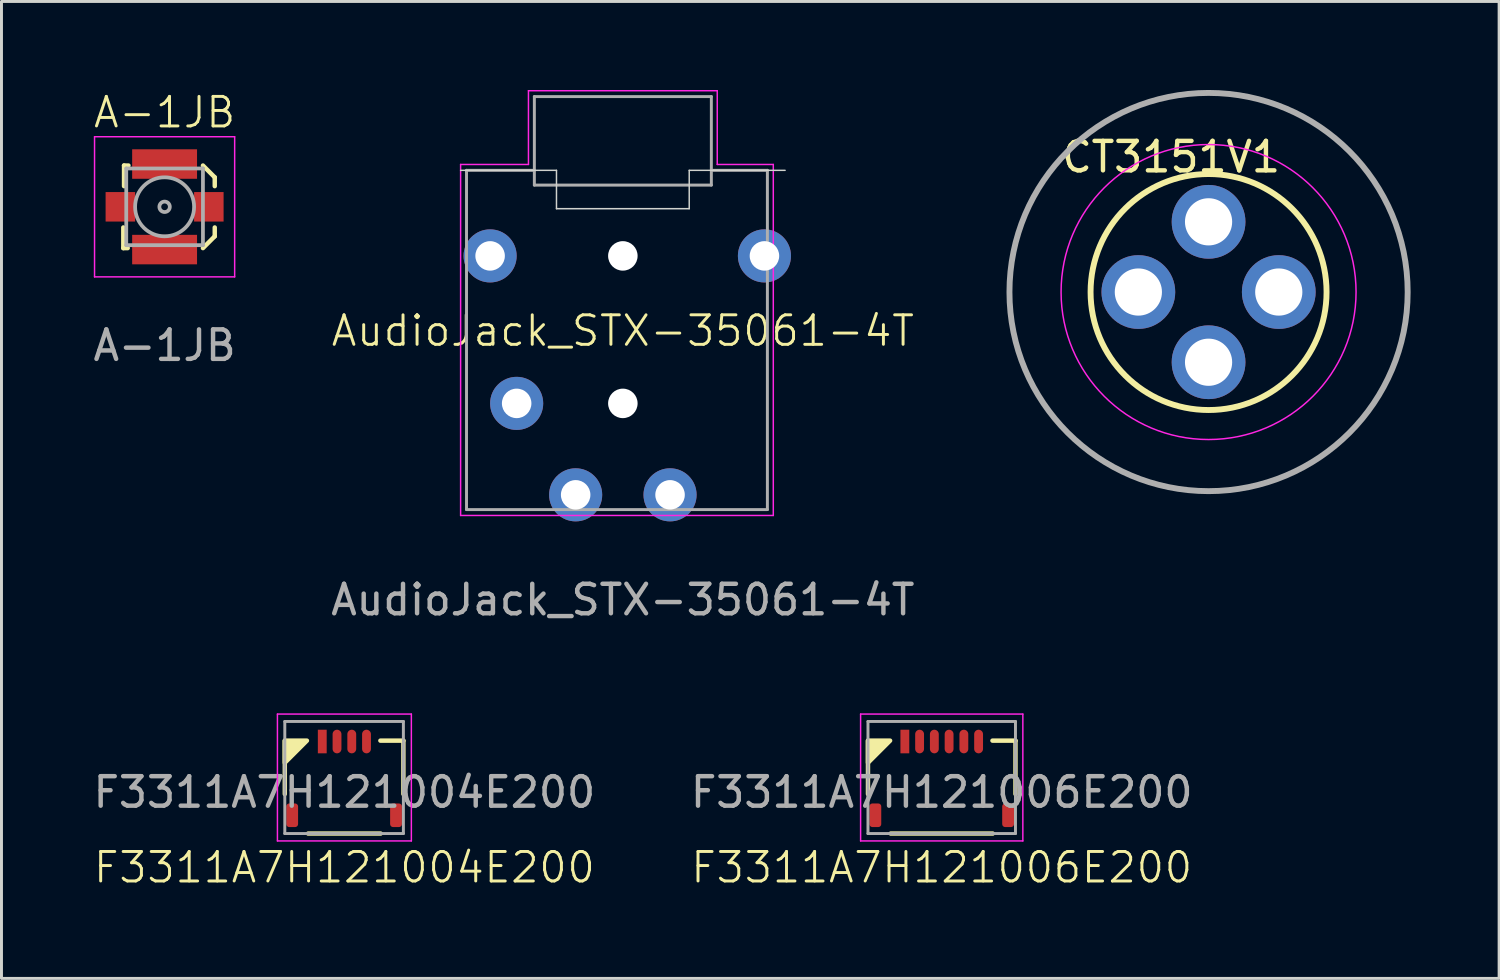
<source format=kicad_pcb>
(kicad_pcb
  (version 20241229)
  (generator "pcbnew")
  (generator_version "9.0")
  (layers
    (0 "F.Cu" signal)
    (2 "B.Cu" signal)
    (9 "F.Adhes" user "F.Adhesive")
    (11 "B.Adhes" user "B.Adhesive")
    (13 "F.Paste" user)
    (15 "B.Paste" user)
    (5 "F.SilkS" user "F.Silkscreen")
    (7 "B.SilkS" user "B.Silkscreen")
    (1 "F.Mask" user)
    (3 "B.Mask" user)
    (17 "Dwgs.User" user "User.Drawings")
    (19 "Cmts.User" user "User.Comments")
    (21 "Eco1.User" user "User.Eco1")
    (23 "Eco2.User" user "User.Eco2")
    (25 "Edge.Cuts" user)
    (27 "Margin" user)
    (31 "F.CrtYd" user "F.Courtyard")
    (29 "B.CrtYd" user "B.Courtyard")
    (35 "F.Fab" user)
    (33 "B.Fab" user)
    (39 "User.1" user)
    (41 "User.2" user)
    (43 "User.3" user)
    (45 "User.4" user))
  (footprint "F3311A7H121006E200"
    (layer "F.Cu")
    (at 28.875 23.808)
    (property "Reference" "F3311A7H121006E200" (at 0 2.55 0) (layer "F.SilkS") (effects (font (size 1 1) (thickness 0.1))))
    (attr smd)
    (fp_line (start -2.5 0.06) (end -2.5 -1.75) (stroke (width 0.15) (type solid)) (layer "F.SilkS"))
    (fp_line (start -1.73 1.4) (end 1.73 1.4) (stroke (width 0.15) (type solid)) (layer "F.SilkS"))
    (fp_line (start 1.72 -1.75) (end 2.5 -1.75) (stroke (width 0.15) (type solid)) (layer "F.SilkS"))
    (fp_line (start 2.5 0.06) (end 2.5 -1.75) (stroke (width 0.15) (type solid)) (layer "F.SilkS"))
    (fp_poly (pts (xy -1.75 -1.75) (xy -2.5 -1.75) (xy -2.5 -1)) (stroke (width 0.15) (type solid)) (fill yes) (layer "F.SilkS"))
    (fp_line (start -2.75 -2.65) (end -2.75 1.65) (stroke (width 0.05) (type solid)) (layer "F.CrtYd"))
    (fp_line (start -2.75 1.65) (end 2.75 1.65) (stroke (width 0.05) (type solid)) (layer "F.CrtYd"))
    (fp_line (start 2.75 -2.65) (end -2.75 -2.65) (stroke (width 0.05) (type solid)) (layer "F.CrtYd"))
    (fp_line (start 2.75 1.65) (end 2.75 -2.65) (stroke (width 0.05) (type solid)) (layer "F.CrtYd"))
    (fp_line (start -2.5 -2.4) (end -2.5 1.4) (stroke (width 0.1) (type solid)) (layer "F.Fab"))
    (fp_line (start -2.5 -2.4) (end 2.5 -2.4) (stroke (width 0.1) (type solid)) (layer "F.Fab"))
    (fp_line (start -2.5 1.4) (end 2.5 1.4) (stroke (width 0.1) (type solid)) (layer "F.Fab"))
    (fp_line (start 2.5 1.4) (end 2.5 -2.4) (stroke (width 0.1) (type solid)) (layer "F.Fab"))
    (fp_text user "${REFERENCE}" (at 0 0 0) (layer "F.Fab") (effects (font (size 1 1) (thickness 0.15))))
    (pad "1" smd rect (at -1.25 -1.72) (size 0.3 0.8) (layers "F.Cu" "F.Mask" "F.Paste"))
    (pad "2" smd oval (at -0.75 -1.72) (size 0.3 0.8) (layers "F.Cu" "F.Mask" "F.Paste"))
    (pad "3" smd oval (at -0.25 -1.72) (size 0.3 0.8) (layers "F.Cu" "F.Mask" "F.Paste"))
    (pad "4" smd oval (at 0.25 -1.72) (size 0.3 0.8) (layers "F.Cu" "F.Mask" "F.Paste"))
    (pad "5" smd oval (at 0.75 -1.72) (size 0.3 0.8) (layers "F.Cu" "F.Mask" "F.Paste"))
    (pad "6" smd oval (at 1.25 -1.72) (size 0.3 0.8) (layers "F.Cu" "F.Mask" "F.Paste"))
    (pad "S" smd roundrect (at -2.25 0.78) (size 0.4 0.8) (layers "F.Cu" "F.Mask" "F.Paste") (roundrect_rratio 0.25))
    (pad "S" smd roundrect (at 2.25 0.78) (size 0.4 0.8) (layers "F.Cu" "F.Mask" "F.Paste") (roundrect_rratio 0.25)))
  (footprint "AudioJack_STX-35061-4T"
    (layer "F.Cu")
    (at 18.065 5.625)
    (property "Reference" "AudioJack_STX-35061-4T" (at 0 2.54 0) (unlocked yes) (layer "F.SilkS") (effects (font (size 1 1) (thickness 0.1))))
    (attr smd)
    (fp_line (start -2.25 -2.9) (end -5.5 -2.9) (stroke (width 0.05) (type default)) (layer "Edge.Cuts"))
    (fp_line (start -2.25 -2.9) (end -2.25 -1.6) (stroke (width 0.05) (type default)) (layer "Edge.Cuts"))
    (fp_line (start -2.25 -1.6) (end 2.25 -1.6) (stroke (width 0.05) (type default)) (layer "Edge.Cuts"))
    (fp_line (start 2.25 -2.9) (end 5.5 -2.9) (stroke (width 0.05) (type default)) (layer "Edge.Cuts"))
    (fp_line (start 2.25 -1.6) (end 2.25 -2.9) (stroke (width 0.05) (type default)) (layer "Edge.Cuts"))
    (fp_line (start -5.5 8.8) (end -5.5 -3.1) (stroke (width 0.05) (type default)) (layer "F.CrtYd"))
    (fp_line (start -5.5 8.8) (end 5.1 8.8) (stroke (width 0.05) (type default)) (layer "F.CrtYd"))
    (fp_line (start -3.2 -3.1) (end -5.5 -3.1) (stroke (width 0.05) (type default)) (layer "F.CrtYd"))
    (fp_line (start -3.2 -3.1) (end -3.2 -5.6) (stroke (width 0.05) (type default)) (layer "F.CrtYd"))
    (fp_line (start 3.2 -5.6) (end -3.2 -5.6) (stroke (width 0.05) (type default)) (layer "F.CrtYd"))
    (fp_line (start 3.2 -3.1) (end 3.2 -5.6) (stroke (width 0.05) (type default)) (layer "F.CrtYd"))
    (fp_line (start 3.2 -3.1) (end 5.1 -3.1) (stroke (width 0.05) (type default)) (layer "F.CrtYd"))
    (fp_line (start 5.1 8.8) (end 5.1 -3.1) (stroke (width 0.05) (type default)) (layer "F.CrtYd"))
    (fp_line (start -5.3 -2.9) (end -3 -2.9) (stroke (width 0.1) (type default)) (layer "F.Fab"))
    (fp_line (start -5.3 8.6) (end -5.3 -2.9) (stroke (width 0.1) (type default)) (layer "F.Fab"))
    (fp_line (start -3 -5.4) (end -3 -2.4) (stroke (width 0.1) (type default)) (layer "F.Fab"))
    (fp_line (start -3 -5.4) (end 3 -5.4) (stroke (width 0.1) (type default)) (layer "F.Fab"))
    (fp_line (start -3 -2.4) (end 3 -2.4) (stroke (width 0.1) (type default)) (layer "F.Fab"))
    (fp_line (start 3 -5.4) (end 3 -2.4) (stroke (width 0.1) (type default)) (layer "F.Fab"))
    (fp_line (start 3 -2.9) (end 4.9 -2.9) (stroke (width 0.1) (type default)) (layer "F.Fab"))
    (fp_line (start 4.9 8.6) (end -5.3 8.6) (stroke (width 0.1) (type default)) (layer "F.Fab"))
    (fp_line (start 4.9 8.6) (end 4.9 -2.9) (stroke (width 0.1) (type default)) (layer "F.Fab"))
    (fp_text user "${REFERENCE}" (at 0 11.66 0) (unlocked yes) (layer "F.Fab") (effects (font (size 1 1) (thickness 0.15))))
    (pad "" np_thru_hole circle (at 0 0) (size 1 1) (drill 1) (layers "*.Cu" "*.Mask"))
    (pad "" np_thru_hole circle (at 0 5) (size 1 1) (drill 1) (layers "*.Cu" "*.Mask"))
    (pad "1" thru_hole circle (at 4.8 0) (size 1.8 1.8) (drill 1) (layers "*.Cu" "*.Mask"))
    (pad "2" thru_hole circle (at -3.6 5) (size 1.8 1.8) (drill 1) (layers "*.Cu" "*.Mask"))
    (pad "3" thru_hole circle (at 1.6 8.1) (size 1.8 1.8) (drill 1) (layers "*.Cu" "*.Mask"))
    (pad "4" thru_hole circle (at -4.5 0) (size 1.8 1.8) (drill 1) (layers "*.Cu" "*.Mask"))
    (pad "7" thru_hole circle (at -1.6 8.1) (size 1.8 1.8) (drill 1) (layers "*.Cu" "*.Mask")))
  (footprint "A-1JB"
    (layer "F.Cu")
    (at 2.53 3.961)
    (property "Reference" "A-1JB" (at 0 -3.2 0) (unlocked yes) (layer "F.SilkS") (effects (font (size 1 1) (thickness 0.1))))
    (attr smd)
    (fp_line (start -1.4 1.4) (end -1.4 0.7) (stroke (width 0.15) (type default)) (layer "F.SilkS"))
    (fp_line (start -1.4 1.4) (end -1.25 1.4) (stroke (width 0.15) (type default)) (layer "F.SilkS"))
    (fp_line (start -1.375 -1.4) (end -1.375 -0.7) (stroke (width 0.15) (type default)) (layer "F.SilkS"))
    (fp_line (start -1.375 -1.4) (end -1.225 -1.4) (stroke (width 0.15) (type default)) (layer "F.SilkS"))
    (fp_line (start 1.3 -1.4) (end 1.7 -1) (stroke (width 0.15) (type default)) (layer "F.SilkS"))
    (fp_line (start 1.3 1.4) (end 1.7 1) (stroke (width 0.15) (type default)) (layer "F.SilkS"))
    (fp_line (start 1.7 -1) (end 1.7 -0.7) (stroke (width 0.15) (type default)) (layer "F.SilkS"))
    (fp_line (start 1.7 1) (end 1.7 0.7) (stroke (width 0.15) (type default)) (layer "F.SilkS"))
    (fp_line (start -2.375 -2.375) (end 2.375 -2.375) (stroke (width 0.05) (type solid)) (layer "F.CrtYd"))
    (fp_line (start -2.375 2.375) (end -2.375 -2.375) (stroke (width 0.05) (type solid)) (layer "F.CrtYd"))
    (fp_line (start 2.375 -2.375) (end 2.375 2.375) (stroke (width 0.05) (type solid)) (layer "F.CrtYd"))
    (fp_line (start 2.375 2.375) (end -2.375 2.375) (stroke (width 0.05) (type solid)) (layer "F.CrtYd"))
    (fp_line (start -1.3 -1.3) (end 1.3 -1.3) (stroke (width 0.127) (type solid)) (layer "F.Fab"))
    (fp_line (start -1.3 1.3) (end -1.3 -1.3) (stroke (width 0.127) (type solid)) (layer "F.Fab"))
    (fp_line (start 1.3 1.3) (end -1.3 1.3) (stroke (width 0.127) (type solid)) (layer "F.Fab"))
    (fp_line (start 1.3 1.3) (end 1.3 -1.3) (stroke (width 0.127) (type solid)) (layer "F.Fab"))
    (fp_circle (center 0 0) (end 0.177 0) (stroke (width 0.127) (type solid)) (fill no) (layer "F.Fab"))
    (fp_circle (center 0 0) (end 1 0) (stroke (width 0.127) (type solid)) (fill no) (layer "F.Fab"))
    (fp_text user "${REFERENCE}" (at 0 4.7 0) (unlocked yes) (layer "F.Fab") (effects (font (size 1 1) (thickness 0.15))))
    (pad "1" smd rect (at 1.5 0) (size 1 1) (layers "F.Cu" "F.Mask" "F.Paste"))
    (pad "S" smd rect (at -1.5 0) (size 1 1) (layers "F.Cu" "F.Mask" "F.Paste"))
    (pad "S" smd rect (at 0 -1.45) (size 2.2 1) (layers "F.Cu" "F.Mask" "F.Paste"))
    (pad "S" smd rect (at 0 1.45) (size 2.2 1) (layers "F.Cu" "F.Mask" "F.Paste")))
  (footprint "CT3151V1"
    (layer "F.Cu")
    (at 37.921 6.85)
    (property "Reference" "CT3151V1" (at -1.27 -4.58 0) (layer "F.SilkS") (effects (font (size 1 1) (thickness 0.15))))
    (attr through_hole)
    (fp_circle (center 0 0) (end 4 0) (stroke (width 0.2) (type solid)) (fill no) (layer "F.SilkS"))
    (fp_circle (center 0 0) (end 5 0.025) (stroke (width 0.05) (type default)) (fill no) (layer "F.CrtYd"))
    (fp_circle (center 0 0) (end 6.75 0) (stroke (width 0.2) (type solid)) (fill no) (layer "F.Fab"))
    (pad "1" thru_hole circle (at -2.38 0) (size 2.5 2.5) (drill 1.6) (layers "*.Cu" "*.Mask"))
    (pad "1" thru_hole circle (at 0 -2.38) (size 2.5 2.5) (drill 1.6) (layers "*.Cu" "*.Mask"))
    (pad "1" thru_hole circle (at 0 2.38) (size 2.5 2.5) (drill 1.6) (layers "*.Cu" "*.Mask"))
    (pad "1" thru_hole circle (at 2.38 0) (size 2.5 2.5) (drill 1.6) (layers "*.Cu" "*.Mask")))
  (footprint "F3311A7H121004E200"
    (layer "F.Cu")
    (at 8.625 23.808)
    (property "Reference" "F3311A7H121004E200" (at 0 2.55 0) (layer "F.SilkS") (effects (font (size 1 1) (thickness 0.1))))
    (attr smd)
    (fp_line (start -2.02 0.06) (end -2.02 -1.75) (stroke (width 0.15) (type solid)) (layer "F.SilkS"))
    (fp_line (start -1.23 1.4) (end 1.23 1.4) (stroke (width 0.15) (type solid)) (layer "F.SilkS"))
    (fp_line (start 1.22 -1.75) (end 2 -1.75) (stroke (width 0.15) (type solid)) (layer "F.SilkS"))
    (fp_line (start 2 0.06) (end 2 -1.75) (stroke (width 0.15) (type solid)) (layer "F.SilkS"))
    (fp_poly (pts (xy -1.27 -1.75) (xy -2.02 -1.75) (xy -2.02 -1)) (stroke (width 0.15) (type solid)) (fill yes) (layer "F.SilkS"))
    (fp_line (start -2.27 -2.65) (end -2.27 1.65) (stroke (width 0.05) (type solid)) (layer "F.CrtYd"))
    (fp_line (start -2.27 1.65) (end 2.27 1.65) (stroke (width 0.05) (type solid)) (layer "F.CrtYd"))
    (fp_line (start 2.27 -2.65) (end -2.27 -2.65) (stroke (width 0.05) (type solid)) (layer "F.CrtYd"))
    (fp_line (start 2.27 -2.65) (end 2.27 1.65) (stroke (width 0.05) (type solid)) (layer "F.CrtYd"))
    (fp_line (start -2.02 -2.4) (end -2.02 1.4) (stroke (width 0.1) (type solid)) (layer "F.Fab"))
    (fp_line (start -2.02 -2.4) (end 2 -2.4) (stroke (width 0.1) (type solid)) (layer "F.Fab"))
    (fp_line (start -2.02 1.4) (end 2 1.4) (stroke (width 0.1) (type solid)) (layer "F.Fab"))
    (fp_line (start 2 1.4) (end 2 -2.4) (stroke (width 0.1) (type solid)) (layer "F.Fab"))
    (fp_text user "${REFERENCE}" (at 0 0 0) (layer "F.Fab") (effects (font (size 1 1) (thickness 0.15))))
    (pad "1" smd rect (at -0.75 -1.72) (size 0.3 0.8) (layers "F.Cu" "F.Mask" "F.Paste"))
    (pad "2" smd oval (at -0.25 -1.72) (size 0.3 0.8) (layers "F.Cu" "F.Mask" "F.Paste"))
    (pad "3" smd oval (at 0.25 -1.72) (size 0.3 0.8) (layers "F.Cu" "F.Mask" "F.Paste"))
    (pad "4" smd oval (at 0.75 -1.72) (size 0.3 0.8) (layers "F.Cu" "F.Mask" "F.Paste"))
    (pad "S" smd roundrect (at -1.77 0.78) (size 0.4 0.8) (layers "F.Cu" "F.Mask" "F.Paste") (roundrect_rratio 0.25))
    (pad "S" smd roundrect (at 1.75 0.78) (size 0.4 0.8) (layers "F.Cu" "F.Mask" "F.Paste") (roundrect_rratio 0.25)))
  (gr_rect
    (start -3 -3)
    (end 47.771 30.119)
    (stroke (width 0.1) (type default))
    (fill no)
    (layer "Edge.Cuts")))
</source>
